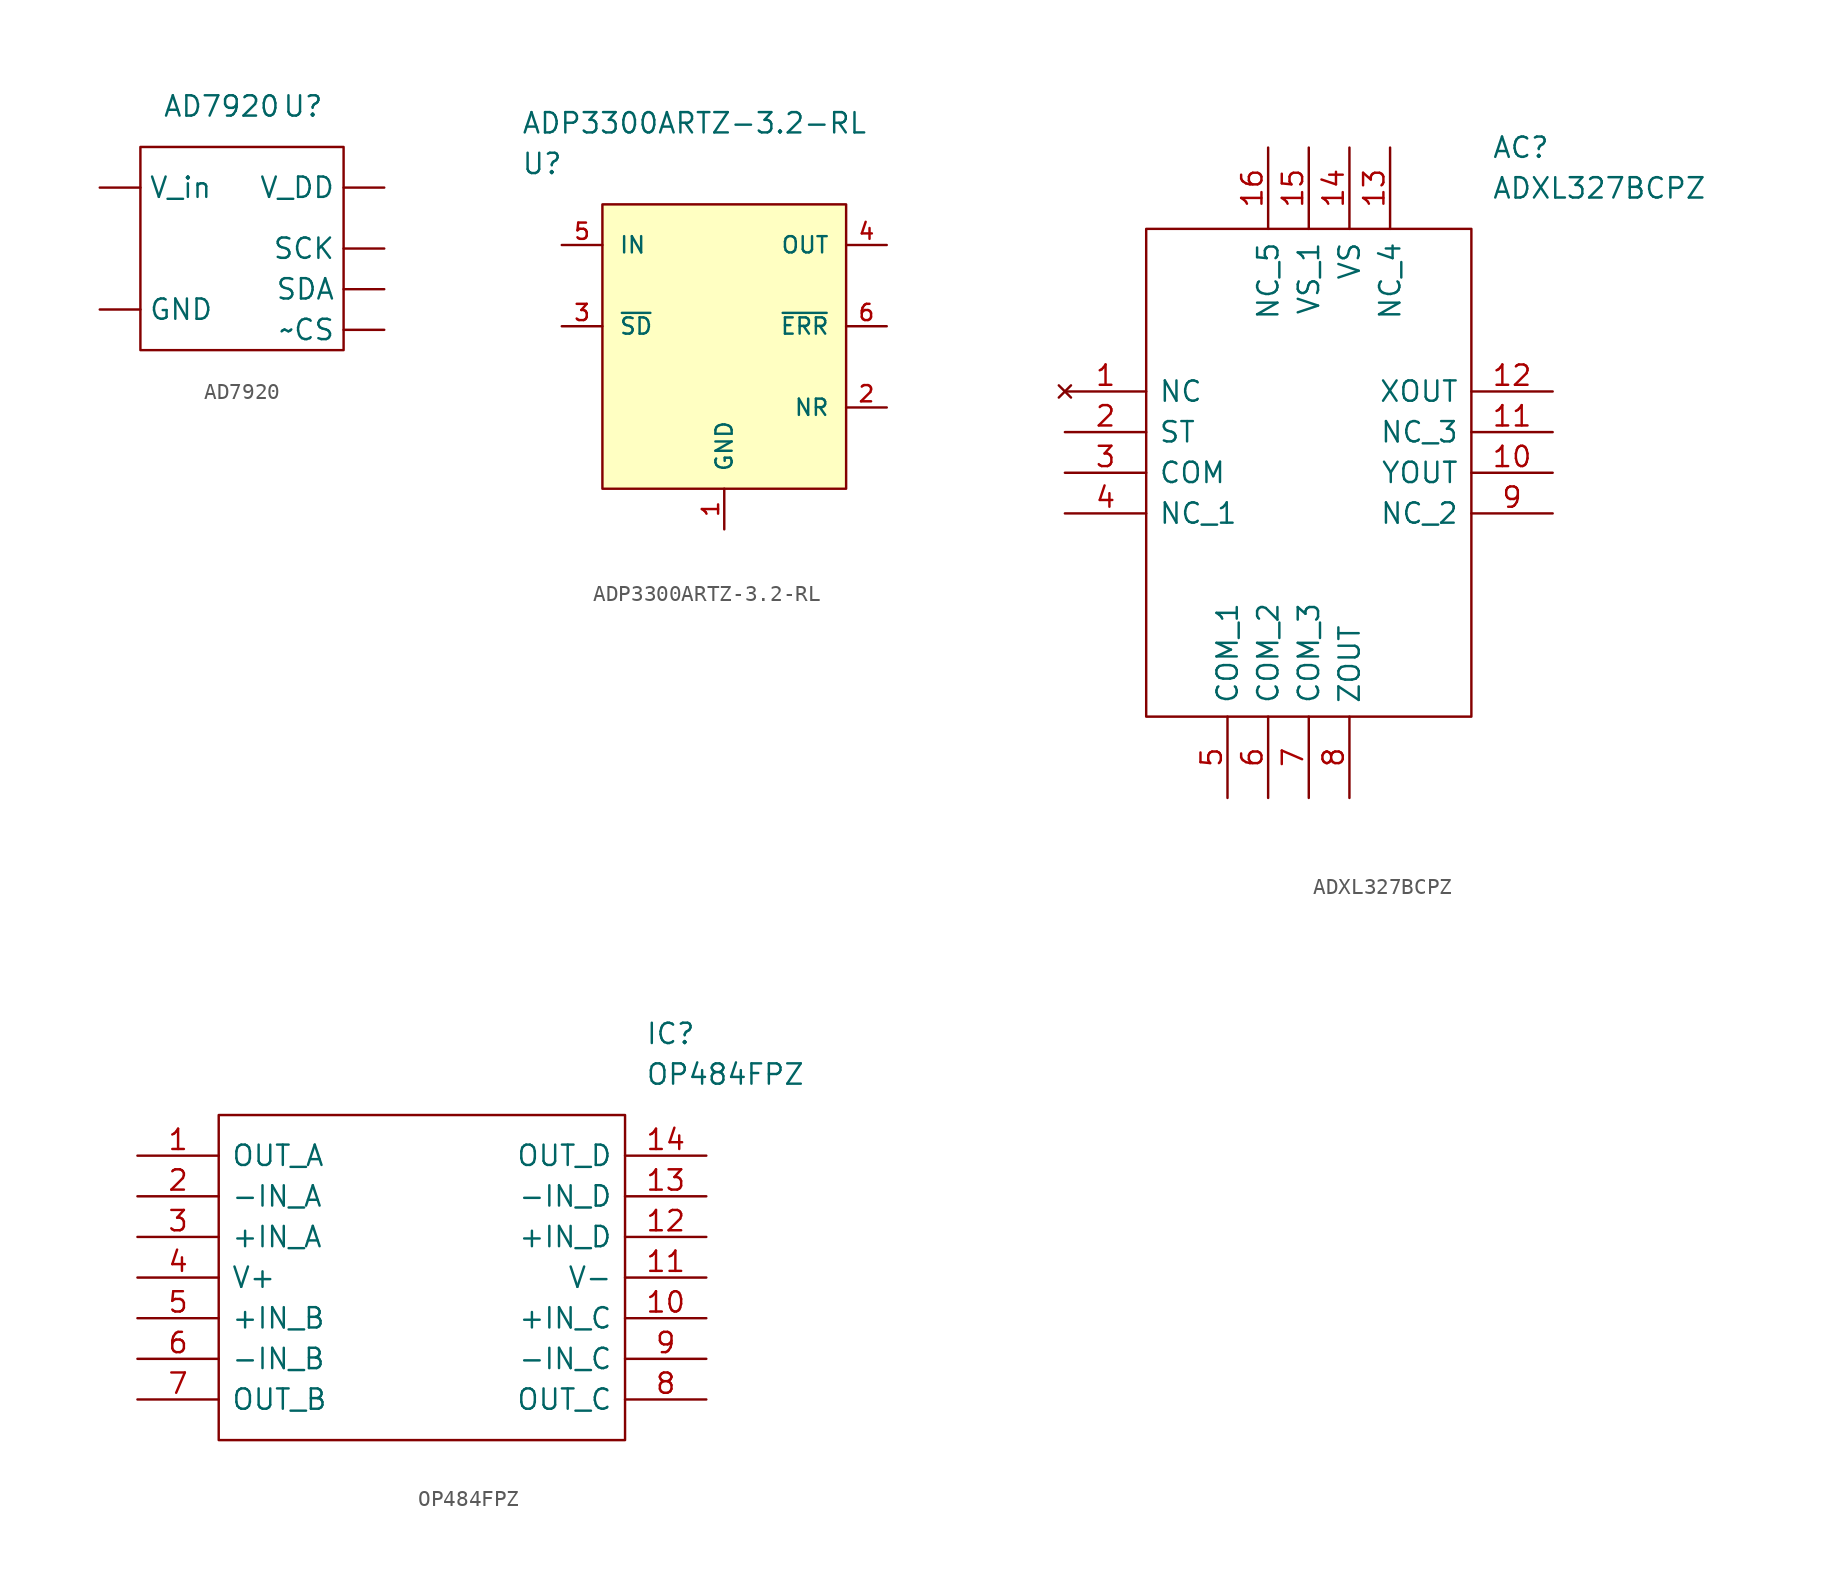
<source format=kicad_sym>
(kicad_symbol_lib
  (version 20211014)
  (generator kicad_symbol_editor)
  (symbol "AD7920"
    (property "Reference" "U"
      (at 3.81 8.89 0)
      (effects (font (size 1.27 1.27))))
    (property "Value" "AD7920"
      (at -1.27 8.89 0)
      (effects (font (size 1.27 1.27))))
    (symbol "AD7920_0_1"
      (rectangle (start -6.35 6.35) (end 6.35 -6.35) (stroke (width 0) (type default) (color 0 0 0 0)) (fill (type none))))
    (symbol "AD7920_1_0"
      (pin passive line (at -8.89 -3.81 0) (length 2.54) (name "GND" (effects (font (size 1.27 1.27)))) (number "" (effects (font (size 1.27 1.27)))))
      (pin input line (at 8.89 0 180) (length 2.54) (name "SCK" (effects (font (size 1.27 1.27)))) (number "" (effects (font (size 1.27 1.27)))))
      (pin output line (at 8.89 -2.54 180) (length 2.54) (name "SDA" (effects (font (size 1.27 1.27)))) (number "" (effects (font (size 1.27 1.27)))))
      (pin power_in line (at 8.89 3.81 180) (length 2.54) (name "V_DD" (effects (font (size 1.27 1.27)))) (number "" (effects (font (size 1.27 1.27)))))
      (pin input line (at -8.89 3.81 0) (length 2.54) (name "V_in" (effects (font (size 1.27 1.27)))) (number "" (effects (font (size 1.27 1.27)))))
      (pin input line (at 8.89 -5.08 180) (length 2.54) (name "~CS" (effects (font (size 1.27 1.27)))) (number "" (effects (font (size 1.27 1.27)))))))
  (symbol "ADP3300ARTZ-3.2-RL"
    (pin_names
      (offset 1.016))
    (property "Reference" "U"
      (at 0 5.08 0)
      (effects (font (size 1.27 1.27)) (justify left)))
    (property "Value" "ADP3300ARTZ-3.2-RL"
      (at 0 7.62 0)
      (effects (font (size 1.27 1.27)) (justify left)))
    (property "ki_locked" ""
      (at 0 0 0)
      (effects (font (size 1.27 1.27))))
    (symbol "ADP3300ARTZ-3.2-RL_1_1"
      (rectangle (start 5.08 2.54) (end 20.32 -15.24) (stroke (width 0) (type default) (color 0 0 0 0)) (fill (type background)))
      (pin power_in line (at 12.7 -17.78 90) (length 2.54) (name "GND" (effects (font (size 1.016 1.016)))) (number "1" (effects (font (size 1.016 1.016)))))
      (pin passive line (at 22.86 -10.16 180) (length 2.54) (name "NR" (effects (font (size 1.016 1.016)))) (number "2" (effects (font (size 1.016 1.016)))))
      (pin input line (at 2.54 -5.08 0) (length 2.54) (name "~{SD}" (effects (font (size 1.016 1.016)))) (number "3" (effects (font (size 1.016 1.016)))))
      (pin power_in line (at 22.86 0 180) (length 2.54) (name "OUT" (effects (font (size 1.016 1.016)))) (number "4" (effects (font (size 1.016 1.016)))))
      (pin power_in line (at 2.54 0 0) (length 2.54) (name "IN" (effects (font (size 1.016 1.016)))) (number "5" (effects (font (size 1.016 1.016)))))
      (pin open_collector line (at 22.86 -5.08 180) (length 2.54) (name "~{ERR}" (effects (font (size 1.016 1.016)))) (number "6" (effects (font (size 1.016 1.016)))))))
  (symbol "ADXL327BCPZ"
    (pin_names
      (offset 0.762))
    (property "Reference" "AC"
      (at 26.67 15.24 0)
      (effects (font (size 1.27 1.27)) (justify left)))
    (property "Value" "ADXL327BCPZ"
      (at 26.67 12.7 0)
      (effects (font (size 1.27 1.27)) (justify left)))
    (symbol "ADXL327BCPZ_0_0"
      (pin no_connect line (at 0 0 0) (length 5.08) (name "NC" (effects (font (size 1.27 1.27)))) (number "1" (effects (font (size 1.27 1.27)))))
      (pin output line (at 30.48 -5.08 180) (length 5.08) (name "YOUT" (effects (font (size 1.27 1.27)))) (number "10" (effects (font (size 1.27 1.27)))))
      (pin passive line (at 30.48 -2.54 180) (length 5.08) (name "NC_3" (effects (font (size 1.27 1.27)))) (number "11" (effects (font (size 1.27 1.27)))))
      (pin output line (at 30.48 0 180) (length 5.08) (name "XOUT" (effects (font (size 1.27 1.27)))) (number "12" (effects (font (size 1.27 1.27)))))
      (pin passive line (at 20.32 15.24 270) (length 5.08) (name "NC_4" (effects (font (size 1.27 1.27)))) (number "13" (effects (font (size 1.27 1.27)))))
      (pin passive line (at 17.78 15.24 270) (length 5.08) (name "VS" (effects (font (size 1.27 1.27)))) (number "14" (effects (font (size 1.27 1.27)))))
      (pin passive line (at 15.24 15.24 270) (length 5.08) (name "VS_1" (effects (font (size 1.27 1.27)))) (number "15" (effects (font (size 1.27 1.27)))))
      (pin passive line (at 12.7 15.24 270) (length 5.08) (name "NC_5" (effects (font (size 1.27 1.27)))) (number "16" (effects (font (size 1.27 1.27)))))
      (pin passive line (at 0 -2.54 0) (length 5.08) (name "ST" (effects (font (size 1.27 1.27)))) (number "2" (effects (font (size 1.27 1.27)))))
      (pin passive line (at 0 -5.08 0) (length 5.08) (name "COM" (effects (font (size 1.27 1.27)))) (number "3" (effects (font (size 1.27 1.27)))))
      (pin passive line (at 0 -7.62 0) (length 5.08) (name "NC_1" (effects (font (size 1.27 1.27)))) (number "4" (effects (font (size 1.27 1.27)))))
      (pin passive line (at 10.16 -25.4 90) (length 5.08) (name "COM_1" (effects (font (size 1.27 1.27)))) (number "5" (effects (font (size 1.27 1.27)))))
      (pin passive line (at 12.7 -25.4 90) (length 5.08) (name "COM_2" (effects (font (size 1.27 1.27)))) (number "6" (effects (font (size 1.27 1.27)))))
      (pin passive line (at 15.24 -25.4 90) (length 5.08) (name "COM_3" (effects (font (size 1.27 1.27)))) (number "7" (effects (font (size 1.27 1.27)))))
      (pin output line (at 17.78 -25.4 90) (length 5.08) (name "ZOUT" (effects (font (size 1.27 1.27)))) (number "8" (effects (font (size 1.27 1.27)))))
      (pin passive line (at 30.48 -7.62 180) (length 5.08) (name "NC_2" (effects (font (size 1.27 1.27)))) (number "9" (effects (font (size 1.27 1.27))))))
    (symbol "ADXL327BCPZ_0_1"
      (polyline (pts (xy 5.08 10.16) (xy 25.4 10.16) (xy 25.4 -20.32) (xy 5.08 -20.32) (xy 5.08 10.16)) (stroke (width 0.152) (type default) (color 0 0 0 0)) (fill (type none)))))
  (symbol "OP484FPZ"
    (pin_names
      (offset 0.762))
    (property "Reference" "IC"
      (at 31.75 7.62 0)
      (effects (font (size 1.27 1.27)) (justify left)))
    (property "Value" "OP484FPZ"
      (at 31.75 5.08 0)
      (effects (font (size 1.27 1.27)) (justify left)))
    (symbol "OP484FPZ_0_0"
      (pin passive line (at 0 0 0) (length 5.08) (name "OUT_A" (effects (font (size 1.27 1.27)))) (number "1" (effects (font (size 1.27 1.27)))))
      (pin passive line (at 35.56 -10.16 180) (length 5.08) (name "+IN_C" (effects (font (size 1.27 1.27)))) (number "10" (effects (font (size 1.27 1.27)))))
      (pin passive line (at 35.56 -7.62 180) (length 5.08) (name "V-" (effects (font (size 1.27 1.27)))) (number "11" (effects (font (size 1.27 1.27)))))
      (pin passive line (at 35.56 -5.08 180) (length 5.08) (name "+IN_D" (effects (font (size 1.27 1.27)))) (number "12" (effects (font (size 1.27 1.27)))))
      (pin passive line (at 35.56 -2.54 180) (length 5.08) (name "-IN_D" (effects (font (size 1.27 1.27)))) (number "13" (effects (font (size 1.27 1.27)))))
      (pin passive line (at 35.56 0 180) (length 5.08) (name "OUT_D" (effects (font (size 1.27 1.27)))) (number "14" (effects (font (size 1.27 1.27)))))
      (pin passive line (at 0 -2.54 0) (length 5.08) (name "-IN_A" (effects (font (size 1.27 1.27)))) (number "2" (effects (font (size 1.27 1.27)))))
      (pin passive line (at 0 -5.08 0) (length 5.08) (name "+IN_A" (effects (font (size 1.27 1.27)))) (number "3" (effects (font (size 1.27 1.27)))))
      (pin passive line (at 0 -7.62 0) (length 5.08) (name "V+" (effects (font (size 1.27 1.27)))) (number "4" (effects (font (size 1.27 1.27)))))
      (pin passive line (at 0 -10.16 0) (length 5.08) (name "+IN_B" (effects (font (size 1.27 1.27)))) (number "5" (effects (font (size 1.27 1.27)))))
      (pin passive line (at 0 -12.7 0) (length 5.08) (name "-IN_B" (effects (font (size 1.27 1.27)))) (number "6" (effects (font (size 1.27 1.27)))))
      (pin passive line (at 0 -15.24 0) (length 5.08) (name "OUT_B" (effects (font (size 1.27 1.27)))) (number "7" (effects (font (size 1.27 1.27)))))
      (pin passive line (at 35.56 -15.24 180) (length 5.08) (name "OUT_C" (effects (font (size 1.27 1.27)))) (number "8" (effects (font (size 1.27 1.27)))))
      (pin passive line (at 35.56 -12.7 180) (length 5.08) (name "-IN_C" (effects (font (size 1.27 1.27)))) (number "9" (effects (font (size 1.27 1.27))))))
    (symbol "OP484FPZ_0_1"
      (polyline (pts (xy 5.08 2.54) (xy 30.48 2.54) (xy 30.48 -17.78) (xy 5.08 -17.78) (xy 5.08 2.54)) (stroke (width 0.152) (type default) (color 0 0 0 0)) (fill (type none))))))
</source>
